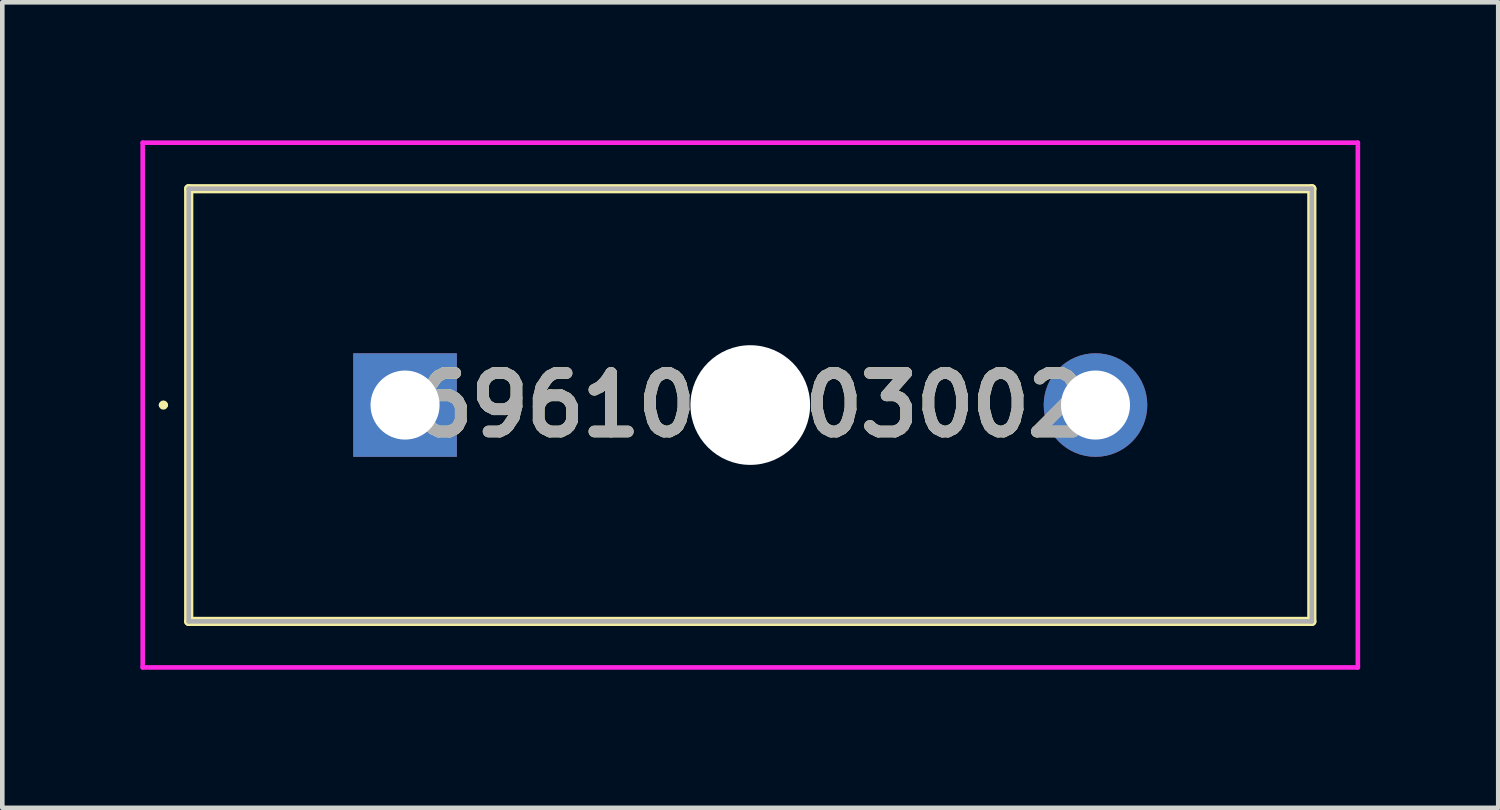
<source format=kicad_pcb>
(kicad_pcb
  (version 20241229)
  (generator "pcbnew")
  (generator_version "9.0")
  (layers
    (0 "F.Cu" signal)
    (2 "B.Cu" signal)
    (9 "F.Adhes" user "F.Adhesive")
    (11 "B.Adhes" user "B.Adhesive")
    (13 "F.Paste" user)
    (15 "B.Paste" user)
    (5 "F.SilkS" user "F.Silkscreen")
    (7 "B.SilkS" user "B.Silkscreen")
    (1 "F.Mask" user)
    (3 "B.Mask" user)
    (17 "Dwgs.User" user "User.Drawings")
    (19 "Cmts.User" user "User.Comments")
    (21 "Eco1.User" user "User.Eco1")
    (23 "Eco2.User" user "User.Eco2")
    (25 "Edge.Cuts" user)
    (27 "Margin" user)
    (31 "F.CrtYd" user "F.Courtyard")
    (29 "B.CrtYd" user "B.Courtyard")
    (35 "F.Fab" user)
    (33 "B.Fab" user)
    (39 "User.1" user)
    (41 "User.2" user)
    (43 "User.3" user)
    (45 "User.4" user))
  (footprint "696105003002"
    (layer "F.Cu")
    (at 5.75 5.75)
    (property "Reference" "696105003002" (at 7.5 0 0) (layer "F.SilkS") (effects (font (size 1.27 1.27) (thickness 0.254))))
    (attr through_hole)
    (fp_line (start -5.3 0) (end -5.3 0) (stroke (width 0.1) (type solid)) (layer "F.SilkS"))
    (fp_line (start -5.2 0) (end -5.2 0) (stroke (width 0.1) (type solid)) (layer "F.SilkS"))
    (fp_line (start -4.7 -4.7) (end 19.7 -4.7) (stroke (width 0.2) (type solid)) (layer "F.SilkS"))
    (fp_line (start -4.7 4.7) (end -4.7 -4.7) (stroke (width 0.2) (type solid)) (layer "F.SilkS"))
    (fp_line (start 19.7 -4.7) (end 19.7 4.7) (stroke (width 0.2) (type solid)) (layer "F.SilkS"))
    (fp_line (start 19.7 4.7) (end -4.7 4.7) (stroke (width 0.2) (type solid)) (layer "F.SilkS"))
    (fp_arc (start -5.3 0) (mid -5.25 -0.05) (end -5.2 0) (stroke (width 0.1) (type solid)) (layer "F.SilkS"))
    (fp_arc (start -5.2 0) (mid -5.25 0.05) (end -5.3 0) (stroke (width 0.1) (type solid)) (layer "F.SilkS"))
    (fp_line (start -5.7 -5.7) (end 20.7 -5.7) (stroke (width 0.1) (type solid)) (layer "F.CrtYd"))
    (fp_line (start -5.7 5.7) (end -5.7 -5.7) (stroke (width 0.1) (type solid)) (layer "F.CrtYd"))
    (fp_line (start 20.7 -5.7) (end 20.7 5.7) (stroke (width 0.1) (type solid)) (layer "F.CrtYd"))
    (fp_line (start 20.7 5.7) (end -5.7 5.7) (stroke (width 0.1) (type solid)) (layer "F.CrtYd"))
    (fp_line (start -4.7 -4.7) (end 19.7 -4.7) (stroke (width 0.1) (type solid)) (layer "F.Fab"))
    (fp_line (start -4.7 4.7) (end -4.7 -4.7) (stroke (width 0.1) (type solid)) (layer "F.Fab"))
    (fp_line (start 19.7 -4.7) (end 19.7 4.7) (stroke (width 0.1) (type solid)) (layer "F.Fab"))
    (fp_line (start 19.7 4.7) (end -4.7 4.7) (stroke (width 0.1) (type solid)) (layer "F.Fab"))
    (fp_text user "${REFERENCE}" (at 7.5 0 0) (layer "F.Fab") (effects (font (size 1.27 1.27) (thickness 0.254))))
    (pad "" np_thru_hole circle (at 7.5 0) (size 2.6 2.6) (drill 2.6) (layers "*.Cu" "*.Mask"))
    (pad "1" thru_hole rect (at 0 0) (size 2.25 2.25) (drill 1.5) (layers "*.Cu" "*.Mask"))
    (pad "2" thru_hole circle (at 15 0) (size 2.25 2.25) (drill 1.5) (layers "*.Cu" "*.Mask")))
  (gr_rect
    (start -3 -3)
    (end 29.5 14.5)
    (stroke (width 0.1) (type default))
    (fill no)
    (layer "Edge.Cuts")))
</source>
